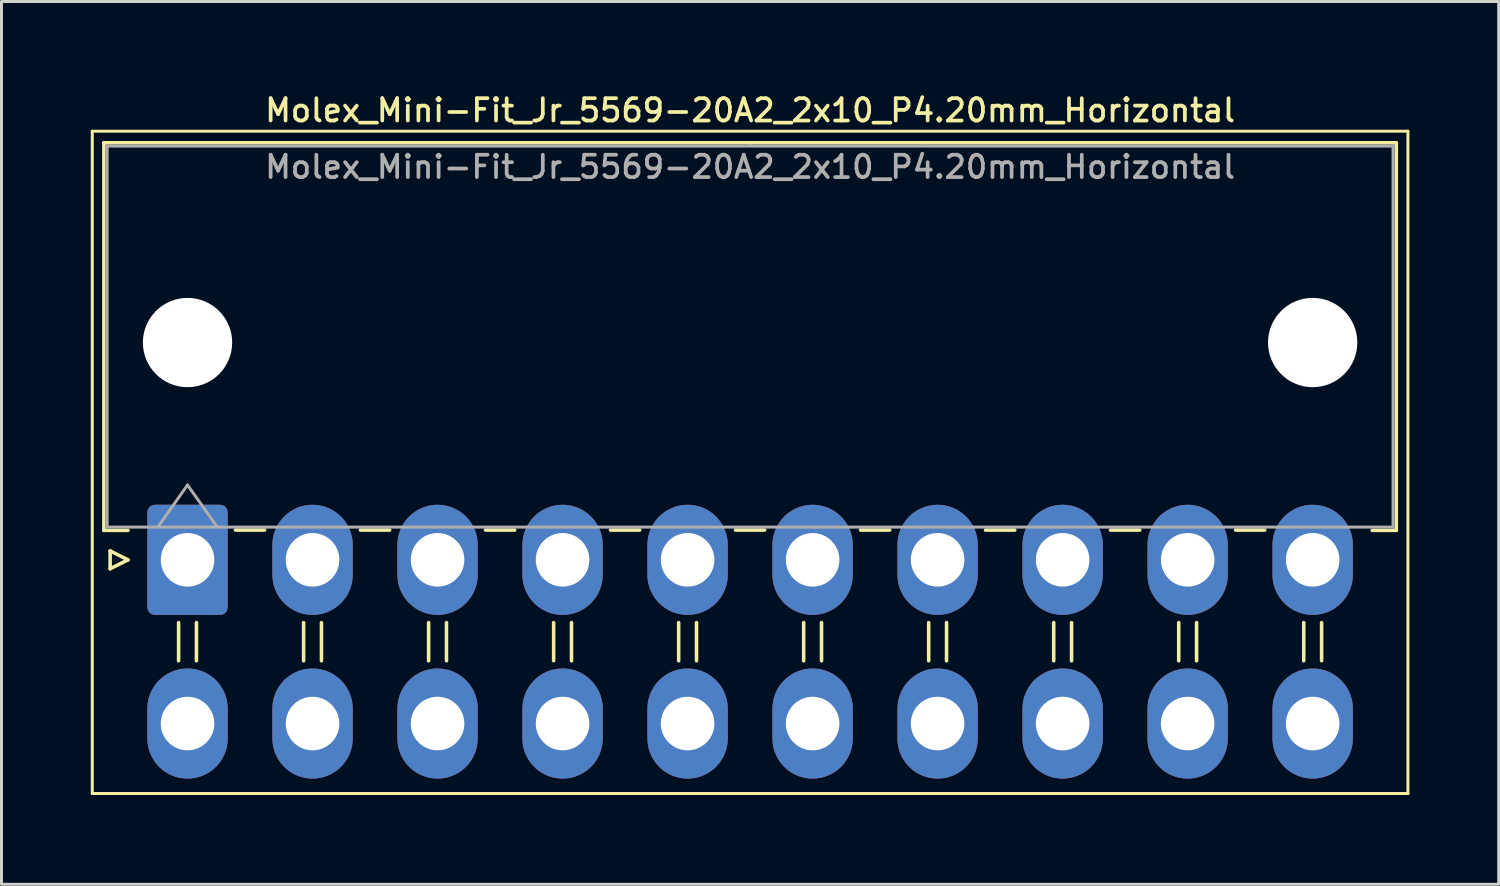
<source format=kicad_pcb>
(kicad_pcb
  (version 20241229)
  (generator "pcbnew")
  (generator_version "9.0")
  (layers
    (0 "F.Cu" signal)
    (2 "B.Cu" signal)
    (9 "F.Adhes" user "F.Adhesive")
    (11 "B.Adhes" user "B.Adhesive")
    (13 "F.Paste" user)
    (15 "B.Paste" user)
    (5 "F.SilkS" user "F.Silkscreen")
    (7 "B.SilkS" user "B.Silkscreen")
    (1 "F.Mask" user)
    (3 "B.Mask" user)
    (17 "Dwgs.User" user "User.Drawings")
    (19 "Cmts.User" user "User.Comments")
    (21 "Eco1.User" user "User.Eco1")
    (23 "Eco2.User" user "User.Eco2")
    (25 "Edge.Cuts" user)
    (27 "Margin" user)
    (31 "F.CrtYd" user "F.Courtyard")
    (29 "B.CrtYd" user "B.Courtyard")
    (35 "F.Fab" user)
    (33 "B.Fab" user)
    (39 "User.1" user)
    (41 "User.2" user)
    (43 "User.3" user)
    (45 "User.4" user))
  (footprint "Molex_Mini-Fit_Jr_5569-20A2_2x10_P4.20mm_Horizontal"
    (layer "F.Cu")
    (at 3.25 15.758)
    (property "Reference" "Molex_Mini-Fit_Jr_5569-20A2_2x10_P4.20mm_Horizontal" (at 18.9 -15.1 0) (layer "F.SilkS") (effects (font (size 0.75 0.75) (thickness 0.125))))
    (attr through_hole)
    (fp_line (start -3.2 -14.4) (end -3.2 7.85) (stroke (width 0.1) (type solid)) (layer "F.SilkS"))
    (fp_line (start -3.2 7.85) (end 41 7.85) (stroke (width 0.1) (type solid)) (layer "F.SilkS"))
    (fp_line (start -2.81 -14.01) (end 18.9 -14.01) (stroke (width 0.12) (type solid)) (layer "F.SilkS"))
    (fp_line (start -2.81 -0.99) (end -2.81 -14.01) (stroke (width 0.12) (type solid)) (layer "F.SilkS"))
    (fp_line (start -2.6 -0.3) (end -2 0) (stroke (width 0.12) (type solid)) (layer "F.SilkS"))
    (fp_line (start -2.6 0.3) (end -2.6 -0.3) (stroke (width 0.12) (type solid)) (layer "F.SilkS"))
    (fp_line (start -2 -0.99) (end -2.81 -0.99) (stroke (width 0.12) (type solid)) (layer "F.SilkS"))
    (fp_line (start -2 0) (end -2.6 0.3) (stroke (width 0.12) (type solid)) (layer "F.SilkS"))
    (fp_line (start -0.3 2.11) (end -0.3 3.39) (stroke (width 0.12) (type solid)) (layer "F.SilkS"))
    (fp_line (start 0.3 2.11) (end 0.3 3.39) (stroke (width 0.12) (type solid)) (layer "F.SilkS"))
    (fp_line (start 1.61 -1) (end 2.59 -1) (stroke (width 0.12) (type solid)) (layer "F.SilkS"))
    (fp_line (start 3.9 2.11) (end 3.9 3.39) (stroke (width 0.12) (type solid)) (layer "F.SilkS"))
    (fp_line (start 4.5 2.11) (end 4.5 3.39) (stroke (width 0.12) (type solid)) (layer "F.SilkS"))
    (fp_line (start 5.81 -1) (end 6.79 -1) (stroke (width 0.12) (type solid)) (layer "F.SilkS"))
    (fp_line (start 8.1 2.11) (end 8.1 3.39) (stroke (width 0.12) (type solid)) (layer "F.SilkS"))
    (fp_line (start 8.7 2.11) (end 8.7 3.39) (stroke (width 0.12) (type solid)) (layer "F.SilkS"))
    (fp_line (start 10.01 -1) (end 10.99 -1) (stroke (width 0.12) (type solid)) (layer "F.SilkS"))
    (fp_line (start 12.3 2.11) (end 12.3 3.39) (stroke (width 0.12) (type solid)) (layer "F.SilkS"))
    (fp_line (start 12.9 2.11) (end 12.9 3.39) (stroke (width 0.12) (type solid)) (layer "F.SilkS"))
    (fp_line (start 14.21 -1) (end 15.19 -1) (stroke (width 0.12) (type solid)) (layer "F.SilkS"))
    (fp_line (start 16.5 2.11) (end 16.5 3.39) (stroke (width 0.12) (type solid)) (layer "F.SilkS"))
    (fp_line (start 17.1 2.11) (end 17.1 3.39) (stroke (width 0.12) (type solid)) (layer "F.SilkS"))
    (fp_line (start 18.41 -1) (end 19.39 -1) (stroke (width 0.12) (type solid)) (layer "F.SilkS"))
    (fp_line (start 20.7 2.11) (end 20.7 3.39) (stroke (width 0.12) (type solid)) (layer "F.SilkS"))
    (fp_line (start 21.3 2.11) (end 21.3 3.39) (stroke (width 0.12) (type solid)) (layer "F.SilkS"))
    (fp_line (start 22.61 -1) (end 23.59 -1) (stroke (width 0.12) (type solid)) (layer "F.SilkS"))
    (fp_line (start 24.9 2.11) (end 24.9 3.39) (stroke (width 0.12) (type solid)) (layer "F.SilkS"))
    (fp_line (start 25.5 2.11) (end 25.5 3.39) (stroke (width 0.12) (type solid)) (layer "F.SilkS"))
    (fp_line (start 26.81 -1) (end 27.79 -1) (stroke (width 0.12) (type solid)) (layer "F.SilkS"))
    (fp_line (start 29.1 2.11) (end 29.1 3.39) (stroke (width 0.12) (type solid)) (layer "F.SilkS"))
    (fp_line (start 29.7 2.11) (end 29.7 3.39) (stroke (width 0.12) (type solid)) (layer "F.SilkS"))
    (fp_line (start 31.01 -1) (end 31.99 -1) (stroke (width 0.12) (type solid)) (layer "F.SilkS"))
    (fp_line (start 33.3 2.11) (end 33.3 3.39) (stroke (width 0.12) (type solid)) (layer "F.SilkS"))
    (fp_line (start 33.9 2.11) (end 33.9 3.39) (stroke (width 0.12) (type solid)) (layer "F.SilkS"))
    (fp_line (start 35.21 -1) (end 36.19 -1) (stroke (width 0.12) (type solid)) (layer "F.SilkS"))
    (fp_line (start 37.5 2.11) (end 37.5 3.39) (stroke (width 0.12) (type solid)) (layer "F.SilkS"))
    (fp_line (start 38.1 2.11) (end 38.1 3.39) (stroke (width 0.12) (type solid)) (layer "F.SilkS"))
    (fp_line (start 39.8 -0.99) (end 40.61 -0.99) (stroke (width 0.12) (type solid)) (layer "F.SilkS"))
    (fp_line (start 40.61 -14.01) (end 18.9 -14.01) (stroke (width 0.12) (type solid)) (layer "F.SilkS"))
    (fp_line (start 40.61 -0.99) (end 40.61 -14.01) (stroke (width 0.12) (type solid)) (layer "F.SilkS"))
    (fp_line (start 41 -14.4) (end -3.2 -14.4) (stroke (width 0.1) (type solid)) (layer "F.SilkS"))
    (fp_line (start 41 7.85) (end 41 -14.4) (stroke (width 0.1) (type solid)) (layer "F.SilkS"))
    (fp_line (start -2.7 -13.9) (end -2.7 -1.1) (stroke (width 0.1) (type solid)) (layer "F.Fab"))
    (fp_line (start -2.7 -1.1) (end 40.5 -1.1) (stroke (width 0.1) (type solid)) (layer "F.Fab"))
    (fp_line (start -1 -1.1) (end 0 -2.514) (stroke (width 0.1) (type solid)) (layer "F.Fab"))
    (fp_line (start 0 -2.514) (end 1 -1.1) (stroke (width 0.1) (type solid)) (layer "F.Fab"))
    (fp_line (start 40.5 -13.9) (end -2.7 -13.9) (stroke (width 0.1) (type solid)) (layer "F.Fab"))
    (fp_line (start 40.5 -1.1) (end 40.5 -13.9) (stroke (width 0.1) (type solid)) (layer "F.Fab"))
    (fp_text user "${REFERENCE}" (at 18.9 -13.2 0) (layer "F.Fab") (effects (font (size 0.75 0.75) (thickness 0.125))))
    (pad "" np_thru_hole circle (at 0 -7.3) (size 3 3) (drill 3) (layers "*.Cu" "*.Mask"))
    (pad "" np_thru_hole circle (at 37.8 -7.3) (size 3 3) (drill 3) (layers "*.Cu" "*.Mask"))
    (pad "1" thru_hole roundrect (at 0 0) (size 2.7 3.7) (drill 1.8) (layers "*.Cu" "*.Mask") (roundrect_rratio 0.093))
    (pad "2" thru_hole oval (at 4.2 0) (size 2.7 3.7) (drill 1.8) (layers "*.Cu" "*.Mask"))
    (pad "3" thru_hole oval (at 8.4 0) (size 2.7 3.7) (drill 1.8) (layers "*.Cu" "*.Mask"))
    (pad "4" thru_hole oval (at 12.6 0) (size 2.7 3.7) (drill 1.8) (layers "*.Cu" "*.Mask"))
    (pad "5" thru_hole oval (at 16.8 0) (size 2.7 3.7) (drill 1.8) (layers "*.Cu" "*.Mask"))
    (pad "6" thru_hole oval (at 21 0) (size 2.7 3.7) (drill 1.8) (layers "*.Cu" "*.Mask"))
    (pad "7" thru_hole oval (at 25.2 0) (size 2.7 3.7) (drill 1.8) (layers "*.Cu" "*.Mask"))
    (pad "8" thru_hole oval (at 29.4 0) (size 2.7 3.7) (drill 1.8) (layers "*.Cu" "*.Mask"))
    (pad "9" thru_hole oval (at 33.6 0) (size 2.7 3.7) (drill 1.8) (layers "*.Cu" "*.Mask"))
    (pad "10" thru_hole oval (at 37.8 0) (size 2.7 3.7) (drill 1.8) (layers "*.Cu" "*.Mask"))
    (pad "11" thru_hole oval (at 0 5.5) (size 2.7 3.7) (drill 1.8) (layers "*.Cu" "*.Mask"))
    (pad "12" thru_hole oval (at 4.2 5.5) (size 2.7 3.7) (drill 1.8) (layers "*.Cu" "*.Mask"))
    (pad "13" thru_hole oval (at 8.4 5.5) (size 2.7 3.7) (drill 1.8) (layers "*.Cu" "*.Mask"))
    (pad "14" thru_hole oval (at 12.6 5.5) (size 2.7 3.7) (drill 1.8) (layers "*.Cu" "*.Mask"))
    (pad "15" thru_hole oval (at 16.8 5.5) (size 2.7 3.7) (drill 1.8) (layers "*.Cu" "*.Mask"))
    (pad "16" thru_hole oval (at 21 5.5) (size 2.7 3.7) (drill 1.8) (layers "*.Cu" "*.Mask"))
    (pad "17" thru_hole oval (at 25.2 5.5) (size 2.7 3.7) (drill 1.8) (layers "*.Cu" "*.Mask"))
    (pad "18" thru_hole oval (at 29.4 5.5) (size 2.7 3.7) (drill 1.8) (layers "*.Cu" "*.Mask"))
    (pad "19" thru_hole oval (at 33.6 5.5) (size 2.7 3.7) (drill 1.8) (layers "*.Cu" "*.Mask"))
    (pad "20" thru_hole oval (at 37.8 5.5) (size 2.7 3.7) (drill 1.8) (layers "*.Cu" "*.Mask")))
  (gr_rect
    (start -3 -3)
    (end 47.3 26.658)
    (stroke (width 0.1) (type default))
    (fill no)
    (layer "Edge.Cuts")))
</source>
